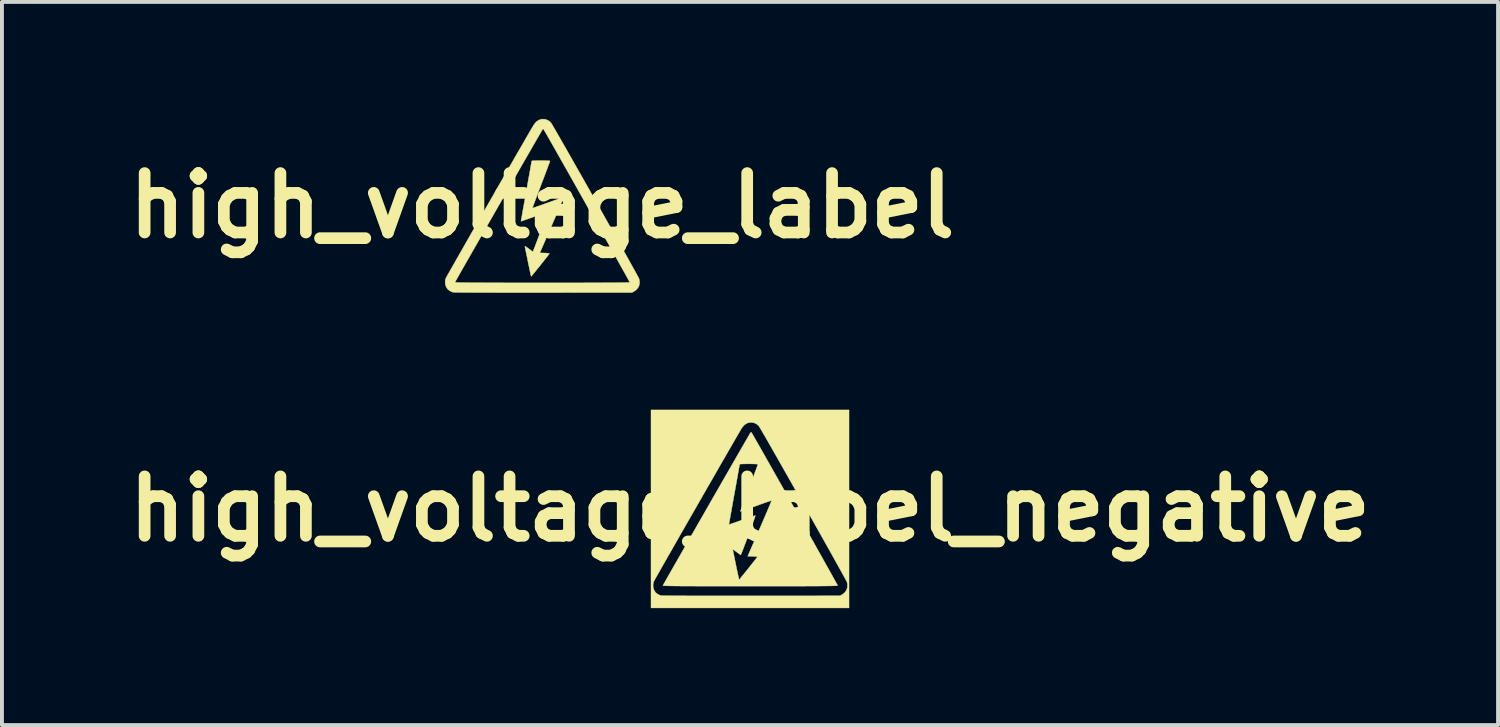
<source format=kicad_pcb>
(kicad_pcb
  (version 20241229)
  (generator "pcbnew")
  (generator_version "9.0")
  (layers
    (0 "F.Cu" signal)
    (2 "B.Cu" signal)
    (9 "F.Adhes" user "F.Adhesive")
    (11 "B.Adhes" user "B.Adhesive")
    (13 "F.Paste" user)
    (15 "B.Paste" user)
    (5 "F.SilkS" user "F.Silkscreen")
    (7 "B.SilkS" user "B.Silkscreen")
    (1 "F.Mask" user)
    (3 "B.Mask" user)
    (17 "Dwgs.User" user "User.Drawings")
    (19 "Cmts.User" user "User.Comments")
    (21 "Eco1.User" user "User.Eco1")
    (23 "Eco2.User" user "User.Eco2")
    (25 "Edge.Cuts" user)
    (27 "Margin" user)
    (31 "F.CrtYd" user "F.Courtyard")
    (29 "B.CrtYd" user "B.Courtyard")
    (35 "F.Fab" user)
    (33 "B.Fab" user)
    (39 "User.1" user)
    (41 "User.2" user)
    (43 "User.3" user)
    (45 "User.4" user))
  (footprint "high_voltage_label_negative"
    (layer "F.Cu")
    (at 16.191 10.006)
    (property "Reference" "high_voltage_label_negative" (at 0 0 0) (layer "F.SilkS") (effects (font (size 1.524 1.524) (thickness 0.3))))
    (attr through_hole)
    (fp_poly (pts (xy 2.54 2.54) (xy -2.54 2.54) (xy -2.54 1.942) (xy -2.487 1.942) (xy -2.483 2.019) (xy -2.459 2.09) (xy -2.422 2.144) (xy -2.374 2.183) (xy -2.311 2.215) (xy -2.286 2.223) (xy -2.27 2.224) (xy -2.23 2.225) (xy -2.167 2.226) (xy -2.083 2.227) (xy -1.979 2.228) (xy -1.855 2.229) (xy -1.714 2.229) (xy -1.557 2.23) (xy -1.384 2.23) (xy -1.198 2.231) (xy -0.999 2.231) (xy -0.789 2.231) (xy -0.569 2.231) (xy -0.341 2.231) (xy -0.105 2.231) (xy 0.025 2.231) (xy 2.305 2.229) (xy 2.356 2.202) (xy 2.425 2.152) (xy 2.472 2.089) (xy 2.498 2.015) (xy 2.5 1.934) (xy 2.489 1.88) (xy 2.481 1.863) (xy 2.462 1.826) (xy 2.431 1.77) (xy 2.39 1.695) (xy 2.34 1.604) (xy 2.281 1.498) (xy 2.214 1.378) (xy 2.14 1.245) (xy 2.06 1.101) (xy 1.974 0.948) (xy 1.883 0.786) (xy 1.788 0.617) (xy 1.69 0.443) (xy 1.589 0.264) (xy 1.487 0.082) (xy 1.383 -0.101) (xy 1.28 -0.284) (xy 1.177 -0.467) (xy 1.075 -0.646) (xy 0.976 -0.822) (xy 0.879 -0.992) (xy 0.786 -1.156) (xy 0.698 -1.312) (xy 0.614 -1.458) (xy 0.537 -1.593) (xy 0.467 -1.716) (xy 0.404 -1.826) (xy 0.349 -1.921) (xy 0.303 -1.999) (xy 0.268 -2.06) (xy 0.243 -2.102) (xy 0.229 -2.124) (xy 0.228 -2.126) (xy 0.167 -2.18) (xy 0.095 -2.212) (xy 0.016 -2.22) (xy 0.005 -2.22) (xy -0.071 -2.202) (xy -0.139 -2.16) (xy -0.198 -2.095) (xy -0.209 -2.079) (xy -0.222 -2.058) (xy -0.247 -2.016) (xy -0.282 -1.955) (xy -0.328 -1.877) (xy -0.383 -1.783) (xy -0.446 -1.673) (xy -0.517 -1.551) (xy -0.594 -1.416) (xy -0.678 -1.271) (xy -0.767 -1.117) (xy -0.86 -0.954) (xy -0.957 -0.785) (xy -1.058 -0.611) (xy -1.16 -0.433) (xy -1.263 -0.253) (xy -1.367 -0.071) (xy -1.471 0.11) (xy -1.574 0.289) (xy -1.675 0.466) (xy -1.774 0.638) (xy -1.869 0.805) (xy -1.96 0.964) (xy -2.046 1.115) (xy -2.127 1.256) (xy -2.201 1.386) (xy -2.268 1.504) (xy -2.326 1.607) (xy -2.376 1.695) (xy -2.417 1.766) (xy -2.446 1.82) (xy -2.465 1.854) (xy -2.472 1.867) (xy -2.487 1.942) (xy -2.54 1.942) (xy -2.54 -2.54) (xy 2.54 -2.54) (xy 2.54 2.54)) (stroke (width 0.01) (type solid)) (fill yes) (layer "F.SilkS"))
    (fp_poly (pts (xy 0.036 -1.962) (xy 0.044 -1.949) (xy 0.064 -1.916) (xy 0.095 -1.863) (xy 0.135 -1.792) (xy 0.185 -1.704) (xy 0.244 -1.601) (xy 0.31 -1.485) (xy 0.383 -1.355) (xy 0.463 -1.215) (xy 0.548 -1.065) (xy 0.637 -0.906) (xy 0.731 -0.74) (xy 0.828 -0.569) (xy 0.927 -0.393) (xy 1.028 -0.214) (xy 1.129 -0.034) (xy 1.231 0.147) (xy 1.332 0.327) (xy 1.432 0.504) (xy 1.529 0.677) (xy 1.624 0.845) (xy 1.714 1.007) (xy 1.801 1.16) (xy 1.882 1.305) (xy 1.956 1.439) (xy 2.025 1.56) (xy 2.085 1.669) (xy 2.137 1.762) (xy 2.18 1.84) (xy 2.213 1.9) (xy 2.236 1.941) (xy 2.247 1.962) (xy 2.248 1.965) (xy 2.244 1.967) (xy 2.231 1.969) (xy 2.208 1.971) (xy 2.174 1.972) (xy 2.128 1.974) (xy 2.069 1.975) (xy 1.997 1.976) (xy 1.91 1.977) (xy 1.807 1.978) (xy 1.688 1.979) (xy 1.55 1.979) (xy 1.395 1.98) (xy 1.219 1.98) (xy 1.023 1.981) (xy 0.806 1.981) (xy 0.566 1.981) (xy 0.303 1.981) (xy 0.015 1.981) (xy 0.006 1.981) (xy -0.283 1.981) (xy -0.549 1.981) (xy -0.79 1.981) (xy -1.01 1.981) (xy -1.207 1.98) (xy -1.384 1.98) (xy -1.541 1.979) (xy -1.68 1.979) (xy -1.8 1.978) (xy -1.903 1.977) (xy -1.991 1.976) (xy -2.063 1.975) (xy -2.122 1.974) (xy -2.167 1.972) (xy -2.2 1.97) (xy -2.221 1.969) (xy -2.233 1.967) (xy -2.235 1.965) (xy -2.229 1.953) (xy -2.211 1.921) (xy -2.182 1.869) (xy -2.142 1.799) (xy -2.093 1.713) (xy -2.035 1.611) (xy -1.969 1.496) (xy -1.896 1.368) (xy -1.816 1.228) (xy -1.731 1.079) (xy -1.641 0.921) (xy -1.547 0.757) (xy -1.449 0.586) (xy -1.349 0.411) (xy -1.344 0.401) (xy -0.542 0.401) (xy -0.542 0.402) (xy -0.53 0.398) (xy -0.497 0.387) (xy -0.446 0.369) (xy -0.381 0.347) (xy -0.303 0.32) (xy -0.217 0.289) (xy -0.204 0.285) (xy -0.117 0.254) (xy -0.038 0.227) (xy 0.03 0.204) (xy 0.084 0.186) (xy 0.121 0.175) (xy 0.137 0.171) (xy 0.137 0.171) (xy 0.134 0.184) (xy 0.123 0.217) (xy 0.105 0.268) (xy 0.082 0.334) (xy 0.054 0.411) (xy 0.022 0.498) (xy -0.011 0.59) (xy -0.046 0.684) (xy -0.082 0.779) (xy -0.116 0.87) (xy -0.148 0.955) (xy -0.177 1.031) (xy -0.201 1.094) (xy -0.22 1.142) (xy -0.233 1.172) (xy -0.237 1.181) (xy -0.249 1.174) (xy -0.276 1.154) (xy -0.315 1.126) (xy -0.346 1.103) (xy -0.395 1.067) (xy -0.426 1.047) (xy -0.441 1.043) (xy -0.442 1.049) (xy -0.438 1.067) (xy -0.43 1.107) (xy -0.418 1.165) (xy -0.403 1.238) (xy -0.386 1.323) (xy -0.367 1.416) (xy -0.361 1.445) (xy -0.342 1.538) (xy -0.324 1.623) (xy -0.308 1.696) (xy -0.295 1.754) (xy -0.286 1.794) (xy -0.28 1.814) (xy -0.279 1.815) (xy -0.27 1.806) (xy -0.247 1.779) (xy -0.213 1.737) (xy -0.168 1.682) (xy -0.116 1.618) (xy -0.059 1.546) (xy -0.044 1.528) (xy 0.014 1.454) (xy 0.068 1.386) (xy 0.114 1.328) (xy 0.15 1.281) (xy 0.176 1.248) (xy 0.188 1.231) (xy 0.188 1.23) (xy 0.178 1.226) (xy 0.148 1.221) (xy 0.103 1.218) (xy 0.067 1.216) (xy -0.059 1.213) (xy 0.25 0.502) (xy 0.304 0.376) (xy 0.356 0.257) (xy 0.403 0.146) (xy 0.446 0.047) (xy 0.482 -0.039) (xy 0.512 -0.111) (xy 0.534 -0.165) (xy 0.548 -0.2) (xy 0.552 -0.214) (xy 0.552 -0.214) (xy 0.54 -0.211) (xy 0.506 -0.2) (xy 0.454 -0.183) (xy 0.386 -0.16) (xy 0.306 -0.132) (xy 0.217 -0.099) (xy 0.152 -0.076) (xy 0.058 -0.042) (xy -0.029 -0.011) (xy -0.105 0.016) (xy -0.167 0.037) (xy -0.213 0.053) (xy -0.241 0.061) (xy -0.247 0.062) (xy -0.243 0.05) (xy -0.231 0.016) (xy -0.212 -0.037) (xy -0.186 -0.107) (xy -0.155 -0.192) (xy -0.119 -0.289) (xy -0.078 -0.396) (xy -0.034 -0.511) (xy -0.024 -0.539) (xy 0.02 -0.656) (xy 0.062 -0.765) (xy 0.1 -0.865) (xy 0.133 -0.954) (xy 0.161 -1.028) (xy 0.182 -1.086) (xy 0.197 -1.126) (xy 0.203 -1.144) (xy 0.203 -1.145) (xy 0.191 -1.149) (xy 0.158 -1.151) (xy 0.107 -1.154) (xy 0.042 -1.155) (xy -0.032 -1.156) (xy -0.106 -1.155) (xy -0.17 -1.154) (xy -0.221 -1.152) (xy -0.255 -1.149) (xy -0.267 -1.146) (xy -0.269 -1.132) (xy -0.275 -1.096) (xy -0.285 -1.038) (xy -0.299 -0.962) (xy -0.315 -0.87) (xy -0.334 -0.764) (xy -0.355 -0.646) (xy -0.378 -0.518) (xy -0.403 -0.382) (xy -0.405 -0.368) (xy -0.43 -0.232) (xy -0.453 -0.104) (xy -0.474 0.015) (xy -0.493 0.122) (xy -0.509 0.214) (xy -0.523 0.291) (xy -0.533 0.349) (xy -0.539 0.386) (xy -0.542 0.401) (xy -1.344 0.401) (xy -1.247 0.233) (xy -1.144 0.053) (xy -1.041 -0.127) (xy -0.938 -0.307) (xy -0.836 -0.484) (xy -0.737 -0.657) (xy -0.64 -0.825) (xy -0.547 -0.987) (xy -0.459 -1.141) (xy -0.375 -1.286) (xy -0.298 -1.421) (xy -0.227 -1.543) (xy -0.164 -1.653) (xy -0.109 -1.748) (xy -0.063 -1.827) (xy -0.027 -1.889) (xy -0.002 -1.933) (xy 0.012 -1.956) (xy 0.027 -1.967) (xy 0.036 -1.962)) (stroke (width 0.01) (type solid)) (fill yes) (layer "F.SilkS")))
  (footprint "high_voltage_label"
    (layer "F.Cu")
    (at 10.857 2.225)
    (property "Reference" "high_voltage_label" (at 0 0 0) (layer "F.SilkS") (effects (font (size 1.524 1.524) (thickness 0.3))))
    (attr through_hole)
    (fp_poly (pts (xy 0.042 -1.155) (xy 0.107 -1.154) (xy 0.158 -1.151) (xy 0.191 -1.149) (xy 0.203 -1.145) (xy 0.199 -1.132) (xy 0.186 -1.097) (xy 0.166 -1.043) (xy 0.14 -0.972) (xy 0.108 -0.886) (xy 0.071 -0.788) (xy 0.03 -0.68) (xy -0.014 -0.565) (xy -0.024 -0.539) (xy -0.068 -0.422) (xy -0.11 -0.313) (xy -0.147 -0.213) (xy -0.18 -0.126) (xy -0.207 -0.052) (xy -0.228 0.005) (xy -0.241 0.044) (xy -0.247 0.061) (xy -0.247 0.062) (xy -0.234 0.059) (xy -0.2 0.048) (xy -0.149 0.031) (xy -0.081 0.007) (xy -0.002 -0.021) (xy 0.088 -0.053) (xy 0.152 -0.076) (xy 0.247 -0.11) (xy 0.334 -0.141) (xy 0.41 -0.168) (xy 0.473 -0.189) (xy 0.519 -0.205) (xy 0.546 -0.213) (xy 0.552 -0.214) (xy 0.549 -0.201) (xy 0.535 -0.168) (xy 0.514 -0.115) (xy 0.484 -0.045) (xy 0.448 0.04) (xy 0.406 0.139) (xy 0.359 0.249) (xy 0.308 0.367) (xy 0.254 0.493) (xy 0.25 0.502) (xy -0.059 1.213) (xy 0.067 1.216) (xy 0.119 1.219) (xy 0.16 1.223) (xy 0.184 1.227) (xy 0.188 1.23) (xy 0.179 1.243) (xy 0.157 1.273) (xy 0.124 1.315) (xy 0.082 1.368) (xy 0.034 1.429) (xy -0.017 1.494) (xy -0.07 1.56) (xy -0.122 1.624) (xy -0.17 1.684) (xy -0.212 1.736) (xy -0.246 1.777) (xy -0.269 1.805) (xy -0.279 1.815) (xy -0.279 1.815) (xy -0.283 1.804) (xy -0.292 1.77) (xy -0.304 1.718) (xy -0.318 1.649) (xy -0.335 1.568) (xy -0.354 1.478) (xy -0.361 1.445) (xy -0.38 1.35) (xy -0.398 1.262) (xy -0.414 1.186) (xy -0.427 1.123) (xy -0.436 1.077) (xy -0.442 1.052) (xy -0.442 1.049) (xy -0.438 1.042) (xy -0.419 1.051) (xy -0.382 1.076) (xy -0.346 1.103) (xy -0.302 1.136) (xy -0.267 1.162) (xy -0.243 1.178) (xy -0.237 1.181) (xy -0.231 1.17) (xy -0.218 1.137) (xy -0.198 1.087) (xy -0.173 1.022) (xy -0.144 0.945) (xy -0.112 0.859) (xy -0.077 0.767) (xy -0.042 0.673) (xy -0.007 0.578) (xy 0.026 0.487) (xy 0.057 0.401) (xy 0.085 0.325) (xy 0.108 0.261) (xy 0.125 0.212) (xy 0.135 0.181) (xy 0.137 0.171) (xy 0.125 0.174) (xy 0.091 0.184) (xy 0.039 0.201) (xy -0.027 0.223) (xy -0.104 0.25) (xy -0.191 0.28) (xy -0.204 0.285) (xy -0.291 0.315) (xy -0.37 0.343) (xy -0.437 0.366) (xy -0.49 0.385) (xy -0.526 0.397) (xy -0.541 0.402) (xy -0.542 0.402) (xy -0.54 0.389) (xy -0.534 0.354) (xy -0.524 0.298) (xy -0.511 0.223) (xy -0.495 0.132) (xy -0.476 0.027) (xy -0.455 -0.09) (xy -0.432 -0.218) (xy -0.408 -0.353) (xy -0.405 -0.368) (xy -0.381 -0.505) (xy -0.358 -0.634) (xy -0.336 -0.753) (xy -0.317 -0.86) (xy -0.3 -0.954) (xy -0.287 -1.032) (xy -0.276 -1.091) (xy -0.269 -1.13) (xy -0.267 -1.146) (xy -0.267 -1.146) (xy -0.255 -1.149) (xy -0.221 -1.152) (xy -0.17 -1.154) (xy -0.106 -1.155) (xy -0.032 -1.156) (xy 0.042 -1.155)) (stroke (width 0.01) (type solid)) (fill yes) (layer "F.SilkS"))
    (fp_poly (pts (xy 0.085 -2.214) (xy 0.158 -2.185) (xy 0.221 -2.134) (xy 0.228 -2.126) (xy 0.238 -2.109) (xy 0.261 -2.072) (xy 0.294 -2.015) (xy 0.338 -1.941) (xy 0.39 -1.85) (xy 0.451 -1.743) (xy 0.52 -1.623) (xy 0.596 -1.49) (xy 0.678 -1.346) (xy 0.765 -1.193) (xy 0.857 -1.031) (xy 0.953 -0.862) (xy 1.052 -0.688) (xy 1.153 -0.509) (xy 1.256 -0.327) (xy 1.359 -0.144) (xy 1.463 0.04) (xy 1.566 0.222) (xy 1.667 0.401) (xy 1.766 0.577) (xy 1.861 0.747) (xy 1.953 0.911) (xy 2.04 1.066) (xy 2.122 1.213) (xy 2.198 1.348) (xy 2.266 1.471) (xy 2.327 1.581) (xy 2.38 1.675) (xy 2.423 1.754) (xy 2.456 1.815) (xy 2.478 1.856) (xy 2.488 1.878) (xy 2.489 1.88) (xy 2.502 1.965) (xy 2.491 2.044) (xy 2.457 2.114) (xy 2.401 2.172) (xy 2.356 2.202) (xy 2.305 2.229) (xy 0.025 2.231) (xy -0.214 2.231) (xy -0.446 2.231) (xy -0.671 2.231) (xy -0.886 2.231) (xy -1.091 2.231) (xy -1.285 2.23) (xy -1.465 2.23) (xy -1.631 2.23) (xy -1.781 2.229) (xy -1.914 2.228) (xy -2.029 2.228) (xy -2.124 2.227) (xy -2.199 2.226) (xy -2.251 2.225) (xy -2.281 2.224) (xy -2.286 2.223) (xy -2.351 2.196) (xy -2.406 2.159) (xy -2.422 2.144) (xy -2.462 2.084) (xy -2.484 2.012) (xy -2.486 1.965) (xy -2.235 1.965) (xy -2.231 1.967) (xy -2.216 1.969) (xy -2.192 1.971) (xy -2.155 1.973) (xy -2.106 1.974) (xy -2.044 1.975) (xy -1.967 1.976) (xy -1.875 1.977) (xy -1.767 1.978) (xy -1.642 1.979) (xy -1.498 1.979) (xy -1.335 1.98) (xy -1.153 1.98) (xy -0.949 1.981) (xy -0.723 1.981) (xy -0.475 1.981) (xy -0.203 1.981) (xy 0.006 1.981) (xy 0.295 1.981) (xy 0.559 1.981) (xy 0.799 1.981) (xy 1.017 1.981) (xy 1.214 1.98) (xy 1.39 1.98) (xy 1.546 1.979) (xy 1.684 1.979) (xy 1.804 1.978) (xy 1.907 1.977) (xy 1.995 1.976) (xy 2.067 1.975) (xy 2.126 1.974) (xy 2.173 1.972) (xy 2.207 1.971) (xy 2.23 1.969) (xy 2.243 1.967) (xy 2.248 1.965) (xy 2.248 1.965) (xy 2.242 1.953) (xy 2.224 1.919) (xy 2.195 1.867) (xy 2.156 1.796) (xy 2.108 1.709) (xy 2.05 1.607) (xy 1.985 1.49) (xy 1.913 1.361) (xy 1.835 1.221) (xy 1.751 1.071) (xy 1.662 0.913) (xy 1.569 0.747) (xy 1.472 0.576) (xy 1.374 0.4) (xy 1.273 0.221) (xy 1.171 0.041) (xy 1.07 -0.14) (xy 0.968 -0.32) (xy 0.868 -0.497) (xy 0.771 -0.67) (xy 0.676 -0.839) (xy 0.584 -1) (xy 0.497 -1.154) (xy 0.415 -1.299) (xy 0.339 -1.433) (xy 0.27 -1.555) (xy 0.208 -1.664) (xy 0.155 -1.758) (xy 0.11 -1.836) (xy 0.075 -1.896) (xy 0.051 -1.938) (xy 0.038 -1.959) (xy 0.036 -1.962) (xy 0.021 -1.965) (xy 0.012 -1.956) (xy -0.003 -1.931) (xy -0.029 -1.886) (xy -0.065 -1.823) (xy -0.112 -1.743) (xy -0.167 -1.647) (xy -0.231 -1.537) (xy -0.302 -1.413) (xy -0.38 -1.278) (xy -0.464 -1.132) (xy -0.553 -0.978) (xy -0.646 -0.815) (xy -0.743 -0.647) (xy -0.842 -0.473) (xy -0.944 -0.296) (xy -1.047 -0.117) (xy -1.15 0.063) (xy -1.253 0.243) (xy -1.355 0.421) (xy -1.455 0.596) (xy -1.552 0.766) (xy -1.646 0.931) (xy -1.736 1.088) (xy -1.821 1.237) (xy -1.9 1.375) (xy -1.973 1.503) (xy -2.039 1.618) (xy -2.096 1.718) (xy -2.145 1.804) (xy -2.183 1.873) (xy -2.212 1.923) (xy -2.229 1.955) (xy -2.235 1.965) (xy -2.486 1.965) (xy -2.487 1.935) (xy -2.472 1.867) (xy -2.464 1.852) (xy -2.444 1.816) (xy -2.414 1.761) (xy -2.372 1.688) (xy -2.322 1.599) (xy -2.262 1.494) (xy -2.195 1.376) (xy -2.12 1.245) (xy -2.039 1.103) (xy -1.953 0.951) (xy -1.861 0.791) (xy -1.766 0.624) (xy -1.667 0.451) (xy -1.565 0.274) (xy -1.462 0.094) (xy -1.358 -0.087) (xy -1.254 -0.268) (xy -1.151 -0.449) (xy -1.049 -0.626) (xy -0.949 -0.8) (xy -0.852 -0.969) (xy -0.759 -1.13) (xy -0.671 -1.284) (xy -0.587 -1.428) (xy -0.51 -1.562) (xy -0.44 -1.683) (xy -0.378 -1.791) (xy -0.324 -1.884) (xy -0.279 -1.961) (xy -0.244 -2.02) (xy -0.22 -2.06) (xy -0.209 -2.079) (xy -0.151 -2.149) (xy -0.085 -2.195) (xy -0.01 -2.218) (xy 0.005 -2.22) (xy 0.085 -2.214)) (stroke (width 0.01) (type solid)) (fill yes) (layer "F.SilkS")))
  (gr_rect
    (start -3 -3)
    (end 35.381 15.551)
    (stroke (width 0.1) (type default))
    (fill no)
    (layer "Edge.Cuts")))
</source>
